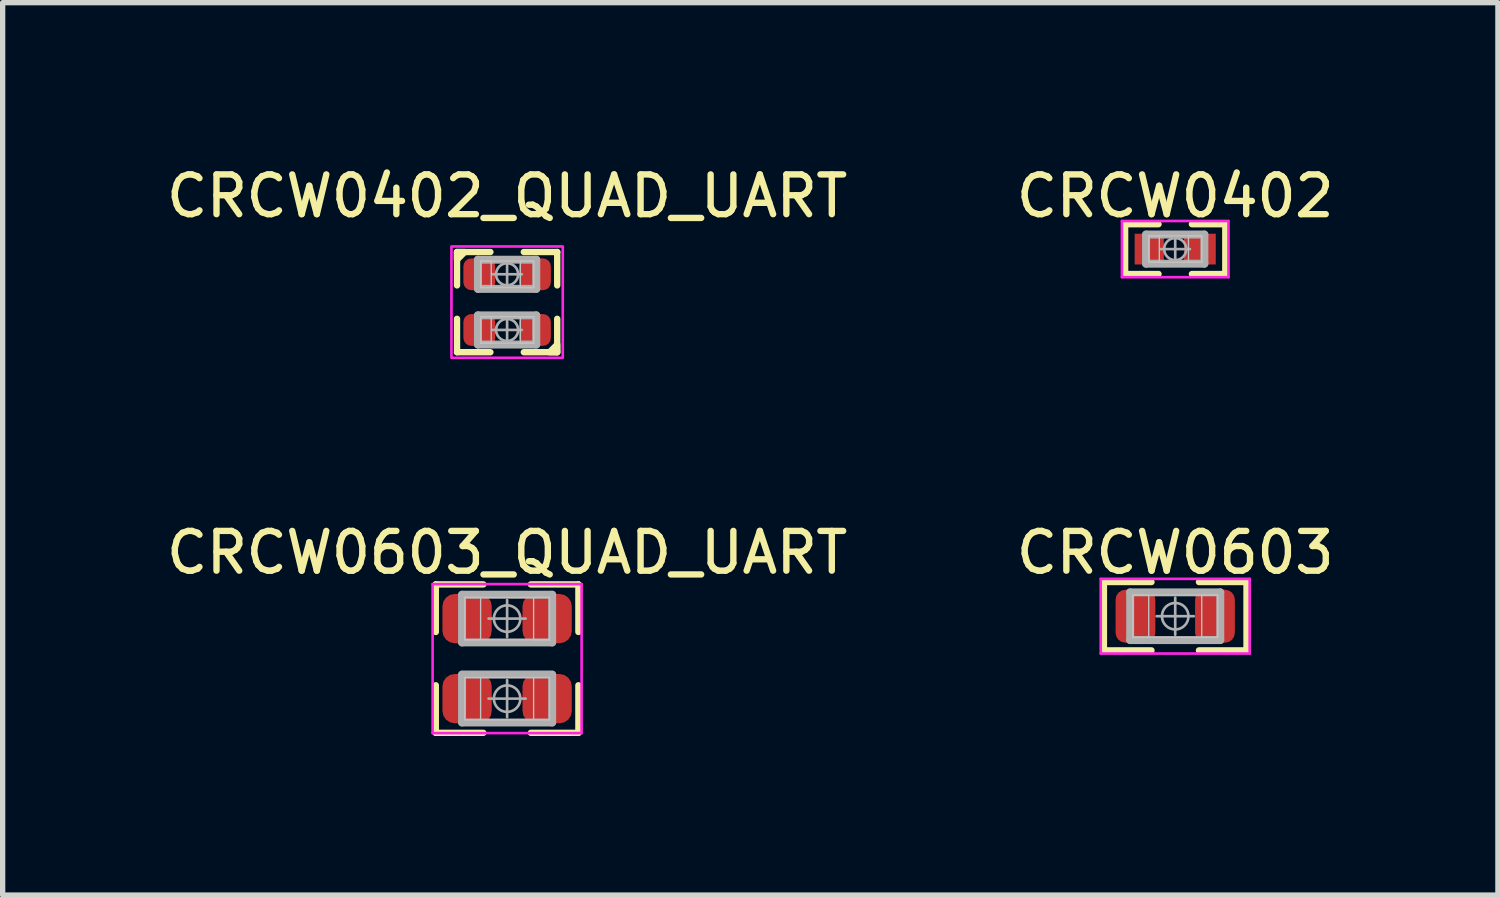
<source format=kicad_pcb>
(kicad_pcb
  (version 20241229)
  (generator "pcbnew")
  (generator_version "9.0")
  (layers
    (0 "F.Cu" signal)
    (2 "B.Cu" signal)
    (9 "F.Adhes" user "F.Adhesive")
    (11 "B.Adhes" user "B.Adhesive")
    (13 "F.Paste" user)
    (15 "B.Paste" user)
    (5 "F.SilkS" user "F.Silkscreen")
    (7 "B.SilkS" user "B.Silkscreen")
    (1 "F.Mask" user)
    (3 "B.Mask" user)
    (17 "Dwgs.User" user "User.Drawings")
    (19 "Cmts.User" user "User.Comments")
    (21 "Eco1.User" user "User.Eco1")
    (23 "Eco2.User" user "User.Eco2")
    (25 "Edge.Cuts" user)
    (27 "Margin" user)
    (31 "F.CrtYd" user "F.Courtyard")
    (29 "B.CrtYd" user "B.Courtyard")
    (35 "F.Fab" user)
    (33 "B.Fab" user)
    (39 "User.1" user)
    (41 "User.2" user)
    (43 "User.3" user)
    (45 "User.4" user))
  (footprint "CRCW0402_QUAD_UART"
    (layer "F.Cu")
    (at 6.516 2.649)
    (property "Reference" "CRCW0402_QUAD_UART" (at 0 -2 0) (layer "F.SilkS") (effects (font (size 0.75 0.75) (thickness 0.12))))
    (attr smd)
    (fp_line (start -0.945 -0.945) (end -0.315 -0.945) (stroke (width 0.12) (type solid)) (layer "F.SilkS"))
    (fp_line (start -0.945 -0.315) (end -0.945 -0.945) (stroke (width 0.12) (type solid)) (layer "F.SilkS"))
    (fp_line (start -0.945 0.945) (end -0.945 0.315) (stroke (width 0.12) (type solid)) (layer "F.SilkS"))
    (fp_line (start -0.315 0.945) (end -0.945 0.945) (stroke (width 0.12) (type solid)) (layer "F.SilkS"))
    (fp_line (start 0.315 0.945) (end 0.945 0.945) (stroke (width 0.12) (type solid)) (layer "F.SilkS"))
    (fp_line (start 0.945 -0.945) (end 0.315 -0.945) (stroke (width 0.12) (type solid)) (layer "F.SilkS"))
    (fp_line (start 0.945 -0.315) (end 0.945 -0.945) (stroke (width 0.12) (type solid)) (layer "F.SilkS"))
    (fp_line (start 0.945 0.945) (end 0.945 0.315) (stroke (width 0.12) (type solid)) (layer "F.SilkS"))
    (fp_poly (pts (xy -0.945 -0.945) (xy -0.8 -0.945) (xy -0.945 -0.8)) (stroke (width 0.12) (type solid)) (fill yes) (layer "F.SilkS"))
    (fp_poly (pts (xy 0.945 0.945) (xy 0.8 0.945) (xy 0.945 0.8)) (stroke (width 0.12) (type solid)) (fill yes) (layer "F.SilkS"))
    (fp_line (start -0.5 -0.775) (end -0.3 -0.775) (stroke (width 0.025) (type solid)) (layer "Dwgs.User"))
    (fp_line (start -0.5 -0.775) (end 0.5 -0.775) (stroke (width 0.025) (type solid)) (layer "Dwgs.User"))
    (fp_line (start -0.5 -0.275) (end -0.5 -0.775) (stroke (width 0.025) (type solid)) (layer "Dwgs.User"))
    (fp_line (start -0.5 -0.275) (end -0.5 -0.775) (stroke (width 0.025) (type solid)) (layer "Dwgs.User"))
    (fp_line (start -0.5 0.275) (end -0.3 0.275) (stroke (width 0.025) (type solid)) (layer "Dwgs.User"))
    (fp_line (start -0.5 0.275) (end 0.5 0.275) (stroke (width 0.025) (type solid)) (layer "Dwgs.User"))
    (fp_line (start -0.5 0.775) (end -0.5 0.275) (stroke (width 0.025) (type solid)) (layer "Dwgs.User"))
    (fp_line (start -0.5 0.775) (end -0.5 0.275) (stroke (width 0.025) (type solid)) (layer "Dwgs.User"))
    (fp_line (start -0.3 -0.775) (end -0.3 -0.275) (stroke (width 0.025) (type solid)) (layer "Dwgs.User"))
    (fp_line (start -0.3 -0.275) (end -0.5 -0.275) (stroke (width 0.025) (type solid)) (layer "Dwgs.User"))
    (fp_line (start -0.3 0.275) (end -0.3 0.775) (stroke (width 0.025) (type solid)) (layer "Dwgs.User"))
    (fp_line (start -0.3 0.775) (end -0.5 0.775) (stroke (width 0.025) (type solid)) (layer "Dwgs.User"))
    (fp_line (start 0.25 -0.775) (end 0.5 -0.775) (stroke (width 0.025) (type solid)) (layer "Dwgs.User"))
    (fp_line (start 0.25 -0.275) (end 0.25 -0.775) (stroke (width 0.025) (type solid)) (layer "Dwgs.User"))
    (fp_line (start 0.25 0.275) (end 0.5 0.275) (stroke (width 0.025) (type solid)) (layer "Dwgs.User"))
    (fp_line (start 0.25 0.775) (end 0.25 0.275) (stroke (width 0.025) (type solid)) (layer "Dwgs.User"))
    (fp_line (start 0.5 -0.775) (end 0.5 -0.275) (stroke (width 0.025) (type solid)) (layer "Dwgs.User"))
    (fp_line (start 0.5 -0.775) (end 0.5 -0.275) (stroke (width 0.025) (type solid)) (layer "Dwgs.User"))
    (fp_line (start 0.5 -0.275) (end -0.5 -0.275) (stroke (width 0.025) (type solid)) (layer "Dwgs.User"))
    (fp_line (start 0.5 -0.275) (end 0.25 -0.275) (stroke (width 0.025) (type solid)) (layer "Dwgs.User"))
    (fp_line (start 0.5 0.275) (end 0.5 0.775) (stroke (width 0.025) (type solid)) (layer "Dwgs.User"))
    (fp_line (start 0.5 0.275) (end 0.5 0.775) (stroke (width 0.025) (type solid)) (layer "Dwgs.User"))
    (fp_line (start 0.5 0.775) (end -0.5 0.775) (stroke (width 0.025) (type solid)) (layer "Dwgs.User"))
    (fp_line (start 0.5 0.775) (end 0.25 0.775) (stroke (width 0.025) (type solid)) (layer "Dwgs.User"))
    (fp_rect (start -1.05 -1.05) (end 1.05 1.05) (stroke (width 0.05) (type default)) (fill no) (layer "F.CrtYd"))
    (fp_line (start -0.55 -0.8) (end 0.55 -0.8) (stroke (width 0.15) (type solid)) (layer "F.Fab"))
    (fp_line (start -0.55 -0.25) (end -0.55 -0.8) (stroke (width 0.15) (type solid)) (layer "F.Fab"))
    (fp_line (start -0.55 0.25) (end 0.55 0.25) (stroke (width 0.15) (type solid)) (layer "F.Fab"))
    (fp_line (start -0.55 0.8) (end -0.55 0.25) (stroke (width 0.15) (type solid)) (layer "F.Fab"))
    (fp_line (start 0 -0.803) (end 0 -0.247) (stroke (width 0.05) (type solid)) (layer "F.Fab"))
    (fp_line (start 0 0.247) (end 0 0.803) (stroke (width 0.05) (type solid)) (layer "F.Fab"))
    (fp_line (start 0.278 -0.525) (end -0.278 -0.525) (stroke (width 0.05) (type solid)) (layer "F.Fab"))
    (fp_line (start 0.278 0.525) (end -0.278 0.525) (stroke (width 0.05) (type solid)) (layer "F.Fab"))
    (fp_line (start 0.55 -0.8) (end 0.55 -0.25) (stroke (width 0.15) (type solid)) (layer "F.Fab"))
    (fp_line (start 0.55 -0.25) (end -0.55 -0.25) (stroke (width 0.15) (type solid)) (layer "F.Fab"))
    (fp_line (start 0.55 0.25) (end 0.55 0.8) (stroke (width 0.15) (type solid)) (layer "F.Fab"))
    (fp_line (start 0.55 0.8) (end -0.55 0.8) (stroke (width 0.15) (type solid)) (layer "F.Fab"))
    (fp_circle (center 0 -0.525) (end 0.208 -0.525) (stroke (width 0.05) (type solid)) (fill no) (layer "F.Fab"))
    (fp_circle (center 0 0.525) (end 0.208 0.525) (stroke (width 0.05) (type solid)) (fill no) (layer "F.Fab"))
    (pad "1" smd roundrect (at -0.525 -0.525) (size 0.6 0.6) (layers "F.Cu" "F.Mask" "F.Paste") (roundrect_rratio 0.25))
    (pad "2" smd roundrect (at 0.525 -0.525) (size 0.6 0.6) (layers "F.Cu" "F.Mask" "F.Paste") (roundrect_rratio 0.25))
    (pad "3" smd roundrect (at 0.525 0.525) (size 0.6 0.6) (layers "F.Cu" "F.Mask" "F.Paste") (roundrect_rratio 0.25))
    (pad "4" smd roundrect (at -0.525 0.525) (size 0.6 0.6) (layers "F.Cu" "F.Mask" "F.Paste") (roundrect_rratio 0.25)))
  (footprint "CRCW0402"
    (layer "F.Cu")
    (at 19.119 1.649)
    (property "Reference" "CRCW0402" (at 0 -1 0) (layer "F.SilkS") (effects (font (size 0.75 0.75) (thickness 0.12))))
    (attr smd)
    (fp_line (start -0.945 -0.47) (end -0.315 -0.47) (stroke (width 0.12) (type solid)) (layer "F.SilkS"))
    (fp_line (start -0.945 0.47) (end -0.945 -0.47) (stroke (width 0.12) (type solid)) (layer "F.SilkS"))
    (fp_line (start -0.315 0.47) (end -0.945 0.47) (stroke (width 0.12) (type solid)) (layer "F.SilkS"))
    (fp_line (start 0.315 0.47) (end 0.945 0.47) (stroke (width 0.12) (type solid)) (layer "F.SilkS"))
    (fp_line (start 0.945 -0.47) (end 0.315 -0.47) (stroke (width 0.12) (type solid)) (layer "F.SilkS"))
    (fp_line (start 0.945 0.47) (end 0.945 -0.47) (stroke (width 0.12) (type solid)) (layer "F.SilkS"))
    (fp_line (start -0.5 -0.25) (end -0.3 -0.25) (stroke (width 0.025) (type solid)) (layer "Dwgs.User"))
    (fp_line (start -0.5 -0.25) (end 0.5 -0.25) (stroke (width 0.025) (type solid)) (layer "Dwgs.User"))
    (fp_line (start -0.5 0.25) (end -0.5 -0.25) (stroke (width 0.025) (type solid)) (layer "Dwgs.User"))
    (fp_line (start -0.5 0.25) (end -0.5 -0.25) (stroke (width 0.025) (type solid)) (layer "Dwgs.User"))
    (fp_line (start -0.3 -0.25) (end -0.3 0.25) (stroke (width 0.025) (type solid)) (layer "Dwgs.User"))
    (fp_line (start -0.3 0.25) (end -0.5 0.25) (stroke (width 0.025) (type solid)) (layer "Dwgs.User"))
    (fp_line (start 0.25 -0.25) (end 0.5 -0.25) (stroke (width 0.025) (type solid)) (layer "Dwgs.User"))
    (fp_line (start 0.25 0.25) (end 0.25 -0.25) (stroke (width 0.025) (type solid)) (layer "Dwgs.User"))
    (fp_line (start 0.5 -0.25) (end 0.5 0.25) (stroke (width 0.025) (type solid)) (layer "Dwgs.User"))
    (fp_line (start 0.5 -0.25) (end 0.5 0.25) (stroke (width 0.025) (type solid)) (layer "Dwgs.User"))
    (fp_line (start 0.5 0.25) (end -0.5 0.25) (stroke (width 0.025) (type solid)) (layer "Dwgs.User"))
    (fp_line (start 0.5 0.25) (end 0.25 0.25) (stroke (width 0.025) (type solid)) (layer "Dwgs.User"))
    (fp_line (start -1.005 -0.53) (end 1.005 -0.53) (stroke (width 0.05) (type solid)) (layer "F.CrtYd"))
    (fp_line (start -1.005 0.53) (end -1.005 -0.53) (stroke (width 0.05) (type solid)) (layer "F.CrtYd"))
    (fp_line (start 1.005 -0.53) (end 1.005 0.53) (stroke (width 0.05) (type solid)) (layer "F.CrtYd"))
    (fp_line (start 1.005 0.53) (end -1.005 0.53) (stroke (width 0.05) (type solid)) (layer "F.CrtYd"))
    (fp_line (start -0.55 -0.275) (end 0.55 -0.275) (stroke (width 0.15) (type solid)) (layer "F.Fab"))
    (fp_line (start -0.55 0.275) (end -0.55 -0.275) (stroke (width 0.15) (type solid)) (layer "F.Fab"))
    (fp_line (start 0 -0.278) (end 0 0.278) (stroke (width 0.05) (type solid)) (layer "F.Fab"))
    (fp_line (start 0.278 0) (end -0.278 0) (stroke (width 0.05) (type solid)) (layer "F.Fab"))
    (fp_line (start 0.55 -0.275) (end 0.55 0.275) (stroke (width 0.15) (type solid)) (layer "F.Fab"))
    (fp_line (start 0.55 0.275) (end -0.55 0.275) (stroke (width 0.15) (type solid)) (layer "F.Fab"))
    (fp_circle (center 0 0) (end 0.208 0) (stroke (width 0.05) (type solid)) (fill no) (layer "F.Fab"))
    (pad "1" smd rect (at -0.49 0) (size 0.55 0.58) (layers "F.Cu" "F.Mask" "F.Paste"))
    (pad "2" smd rect (at 0.465 0) (size 0.6 0.58) (layers "F.Cu" "F.Mask" "F.Paste")))
  (footprint "CRCW0603_QUAD_UART"
    (layer "F.Cu")
    (at 6.516 9.374)
    (property "Reference" "CRCW0603_QUAD_UART" (at 0 -2 0) (layer "F.SilkS") (effects (font (size 0.75 0.75) (thickness 0.12))))
    (attr smd)
    (fp_line (start -1.345 -1.4) (end -0.448 -1.4) (stroke (width 0.12) (type solid)) (layer "F.SilkS"))
    (fp_line (start -1.345 -0.503) (end -1.345 -1.4) (stroke (width 0.12) (type solid)) (layer "F.SilkS"))
    (fp_line (start -1.345 1.4) (end -1.345 0.503) (stroke (width 0.12) (type solid)) (layer "F.SilkS"))
    (fp_line (start -0.448 1.4) (end -1.345 1.4) (stroke (width 0.12) (type solid)) (layer "F.SilkS"))
    (fp_line (start 0.448 1.4) (end 1.345 1.4) (stroke (width 0.12) (type solid)) (layer "F.SilkS"))
    (fp_line (start 1.345 -1.4) (end 0.448 -1.4) (stroke (width 0.12) (type solid)) (layer "F.SilkS"))
    (fp_line (start 1.345 -0.503) (end 1.345 -1.4) (stroke (width 0.12) (type solid)) (layer "F.SilkS"))
    (fp_line (start 1.345 1.4) (end 1.345 0.503) (stroke (width 0.12) (type solid)) (layer "F.SilkS"))
    (fp_line (start -0.8 -1.155) (end -0.5 -1.155) (stroke (width 0.025) (type solid)) (layer "Dwgs.User"))
    (fp_line (start -0.8 -1.155) (end 0.8 -1.155) (stroke (width 0.025) (type solid)) (layer "Dwgs.User"))
    (fp_line (start -0.8 -0.355) (end -0.8 -1.155) (stroke (width 0.025) (type solid)) (layer "Dwgs.User"))
    (fp_line (start -0.8 0.355) (end -0.8 1.155) (stroke (width 0.025) (type solid)) (layer "Dwgs.User"))
    (fp_line (start -0.8 1.155) (end 0.8 1.155) (stroke (width 0.025) (type solid)) (layer "Dwgs.User"))
    (fp_line (start -0.5 -1.155) (end -0.5 -0.355) (stroke (width 0.025) (type solid)) (layer "Dwgs.User"))
    (fp_line (start -0.5 -0.355) (end -0.8 -0.355) (stroke (width 0.025) (type solid)) (layer "Dwgs.User"))
    (fp_line (start -0.5 1.155) (end -0.5 0.355) (stroke (width 0.025) (type solid)) (layer "Dwgs.User"))
    (fp_line (start 0.5 -1.155) (end 0.8 -1.155) (stroke (width 0.025) (type solid)) (layer "Dwgs.User"))
    (fp_line (start 0.5 -0.355) (end 0.5 -1.155) (stroke (width 0.025) (type solid)) (layer "Dwgs.User"))
    (fp_line (start 0.5 0.355) (end 0.5 1.155) (stroke (width 0.025) (type solid)) (layer "Dwgs.User"))
    (fp_line (start 0.8 -1.155) (end 0.8 -0.355) (stroke (width 0.025) (type solid)) (layer "Dwgs.User"))
    (fp_line (start 0.8 -0.355) (end -0.8 -0.355) (stroke (width 0.025) (type solid)) (layer "Dwgs.User"))
    (fp_line (start 0.8 -0.355) (end 0.5 -0.355) (stroke (width 0.025) (type solid)) (layer "Dwgs.User"))
    (fp_line (start 0.8 0.355) (end -0.8 0.355) (stroke (width 0.025) (type solid)) (layer "Dwgs.User"))
    (fp_line (start 0.8 1.155) (end 0.8 0.355) (stroke (width 0.025) (type solid)) (layer "Dwgs.User"))
    (fp_line (start -1.405 -1.405) (end 1.405 -1.405) (stroke (width 0.05) (type solid)) (layer "F.CrtYd"))
    (fp_line (start -1.405 1.405) (end -1.405 -1.405) (stroke (width 0.05) (type solid)) (layer "F.CrtYd"))
    (fp_line (start 1.405 -1.405) (end 1.405 1.405) (stroke (width 0.05) (type solid)) (layer "F.CrtYd"))
    (fp_line (start 1.405 1.405) (end -1.405 1.405) (stroke (width 0.05) (type solid)) (layer "F.CrtYd"))
    (fp_line (start -0.85 -1.205) (end 0.85 -1.205) (stroke (width 0.15) (type solid)) (layer "F.Fab"))
    (fp_line (start -0.85 -0.305) (end -0.85 -1.205) (stroke (width 0.15) (type solid)) (layer "F.Fab"))
    (fp_line (start -0.85 0.305) (end -0.85 1.205) (stroke (width 0.15) (type solid)) (layer "F.Fab"))
    (fp_line (start -0.85 1.205) (end 0.85 1.205) (stroke (width 0.15) (type solid)) (layer "F.Fab"))
    (fp_line (start 0 -1.105) (end 0 -0.405) (stroke (width 0.05) (type solid)) (layer "F.Fab"))
    (fp_line (start 0 1.105) (end 0 0.405) (stroke (width 0.05) (type solid)) (layer "F.Fab"))
    (fp_line (start 0.35 -0.755) (end -0.35 -0.755) (stroke (width 0.05) (type solid)) (layer "F.Fab"))
    (fp_line (start 0.35 0.755) (end -0.35 0.755) (stroke (width 0.05) (type solid)) (layer "F.Fab"))
    (fp_line (start 0.85 -1.205) (end 0.85 -0.305) (stroke (width 0.15) (type solid)) (layer "F.Fab"))
    (fp_line (start 0.85 -0.305) (end -0.85 -0.305) (stroke (width 0.15) (type solid)) (layer "F.Fab"))
    (fp_line (start 0.85 0.3) (end -0.85 0.3) (stroke (width 0.15) (type solid)) (layer "F.Fab"))
    (fp_line (start 0.85 1.205) (end 0.85 0.305) (stroke (width 0.15) (type solid)) (layer "F.Fab"))
    (fp_circle (center 0 -0.755) (end 0.25 -0.755) (stroke (width 0.05) (type solid)) (fill no) (layer "F.Fab"))
    (fp_circle (center 0 0.755) (end 0.25 0.755) (stroke (width 0.05) (type solid)) (fill no) (layer "F.Fab"))
    (pad "1" smd roundrect (at -0.755 -0.755) (size 0.93 0.93) (layers "F.Cu" "F.Mask" "F.Paste") (roundrect_rratio 0.25))
    (pad "2" smd roundrect (at 0.755 -0.755) (size 0.93 0.93) (layers "F.Cu" "F.Mask" "F.Paste") (roundrect_rratio 0.25))
    (pad "3" smd roundrect (at -0.755 0.755) (size 0.93 0.93) (layers "F.Cu" "F.Mask" "F.Paste") (roundrect_rratio 0.25))
    (pad "4" smd roundrect (at 0.755 0.755) (size 0.93 0.93) (layers "F.Cu" "F.Mask" "F.Paste") (roundrect_rratio 0.25)))
  (footprint "CRCW0603"
    (layer "F.Cu")
    (at 19.119 8.574)
    (property "Reference" "CRCW0603" (at 0 -1.2 0) (layer "F.SilkS") (effects (font (size 0.75 0.75) (thickness 0.12))))
    (attr smd)
    (fp_line (start -1.345 -0.645) (end -0.448 -0.645) (stroke (width 0.12) (type solid)) (layer "F.SilkS"))
    (fp_line (start -1.345 0.645) (end -1.345 -0.645) (stroke (width 0.12) (type solid)) (layer "F.SilkS"))
    (fp_line (start -0.448 0.645) (end -1.345 0.645) (stroke (width 0.12) (type solid)) (layer "F.SilkS"))
    (fp_line (start 0.448 0.645) (end 1.345 0.645) (stroke (width 0.12) (type solid)) (layer "F.SilkS"))
    (fp_line (start 1.345 -0.645) (end 0.448 -0.645) (stroke (width 0.12) (type solid)) (layer "F.SilkS"))
    (fp_line (start 1.345 0.645) (end 1.345 -0.645) (stroke (width 0.12) (type solid)) (layer "F.SilkS"))
    (fp_line (start -0.8 -0.4) (end -0.5 -0.4) (stroke (width 0.025) (type solid)) (layer "Dwgs.User"))
    (fp_line (start -0.8 -0.4) (end 0.8 -0.4) (stroke (width 0.025) (type solid)) (layer "Dwgs.User"))
    (fp_line (start -0.8 0.4) (end -0.8 -0.4) (stroke (width 0.025) (type solid)) (layer "Dwgs.User"))
    (fp_line (start -0.8 0.4) (end -0.8 -0.4) (stroke (width 0.025) (type solid)) (layer "Dwgs.User"))
    (fp_line (start -0.5 -0.4) (end -0.5 0.4) (stroke (width 0.025) (type solid)) (layer "Dwgs.User"))
    (fp_line (start -0.5 0.4) (end -0.8 0.4) (stroke (width 0.025) (type solid)) (layer "Dwgs.User"))
    (fp_line (start 0.5 -0.4) (end 0.8 -0.4) (stroke (width 0.025) (type solid)) (layer "Dwgs.User"))
    (fp_line (start 0.5 0.4) (end 0.5 -0.4) (stroke (width 0.025) (type solid)) (layer "Dwgs.User"))
    (fp_line (start 0.8 -0.4) (end 0.8 0.4) (stroke (width 0.025) (type solid)) (layer "Dwgs.User"))
    (fp_line (start 0.8 -0.4) (end 0.8 0.4) (stroke (width 0.025) (type solid)) (layer "Dwgs.User"))
    (fp_line (start 0.8 0.4) (end -0.8 0.4) (stroke (width 0.025) (type solid)) (layer "Dwgs.User"))
    (fp_line (start 0.8 0.4) (end 0.5 0.4) (stroke (width 0.025) (type solid)) (layer "Dwgs.User"))
    (fp_line (start -1.405 -0.704) (end 1.405 -0.704) (stroke (width 0.05) (type solid)) (layer "F.CrtYd"))
    (fp_line (start -1.405 0.704) (end -1.405 -0.704) (stroke (width 0.05) (type solid)) (layer "F.CrtYd"))
    (fp_line (start 1.405 -0.704) (end 1.405 0.704) (stroke (width 0.05) (type solid)) (layer "F.CrtYd"))
    (fp_line (start 1.405 0.704) (end -1.405 0.704) (stroke (width 0.05) (type solid)) (layer "F.CrtYd"))
    (fp_line (start -0.85 -0.45) (end 0.85 -0.45) (stroke (width 0.15) (type solid)) (layer "F.Fab"))
    (fp_line (start -0.85 0.45) (end -0.85 -0.45) (stroke (width 0.15) (type solid)) (layer "F.Fab"))
    (fp_line (start 0 -0.35) (end 0 0.35) (stroke (width 0.05) (type solid)) (layer "F.Fab"))
    (fp_line (start 0.35 0) (end -0.35 0) (stroke (width 0.05) (type solid)) (layer "F.Fab"))
    (fp_line (start 0.85 -0.45) (end 0.85 0.45) (stroke (width 0.15) (type solid)) (layer "F.Fab"))
    (fp_line (start 0.85 0.45) (end -0.85 0.45) (stroke (width 0.15) (type solid)) (layer "F.Fab"))
    (fp_circle (center 0 0) (end 0.25 0) (stroke (width 0.05) (type solid)) (fill no) (layer "F.Fab"))
    (pad "1" smd roundrect (at -0.75 0) (size 0.75 1) (layers "F.Cu" "F.Mask" "F.Paste") (roundrect_rratio 0.25))
    (pad "2" smd roundrect (at 0.75 0) (size 0.75 1) (layers "F.Cu" "F.Mask" "F.Paste") (roundrect_rratio 0.25)))
  (gr_rect
    (start -3 -3)
    (end 25.206 13.834)
    (stroke (width 0.1) (type default))
    (fill no)
    (layer "Edge.Cuts")))
</source>
